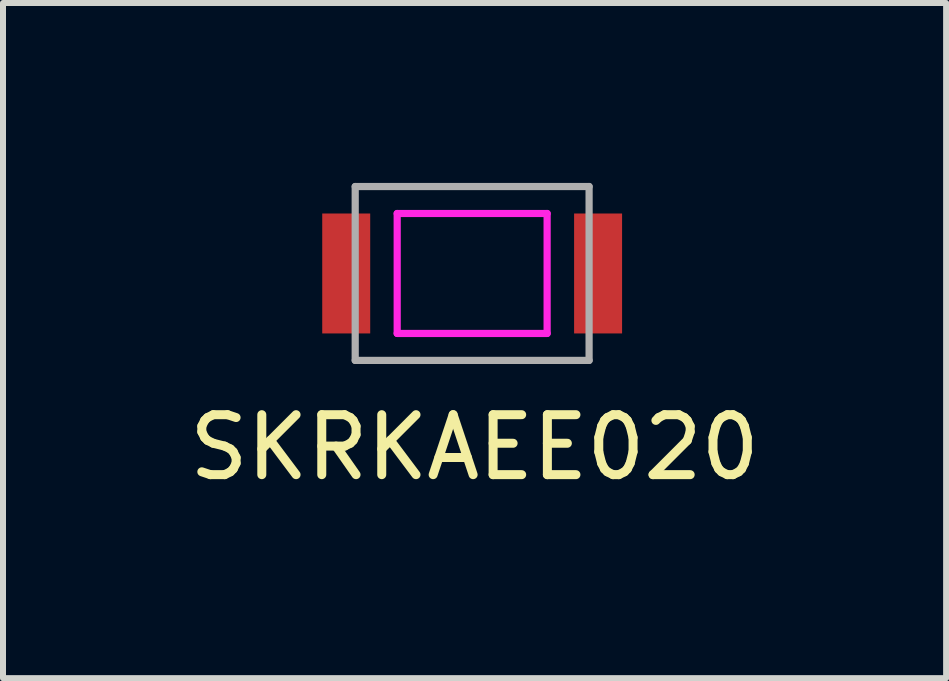
<source format=kicad_pcb>
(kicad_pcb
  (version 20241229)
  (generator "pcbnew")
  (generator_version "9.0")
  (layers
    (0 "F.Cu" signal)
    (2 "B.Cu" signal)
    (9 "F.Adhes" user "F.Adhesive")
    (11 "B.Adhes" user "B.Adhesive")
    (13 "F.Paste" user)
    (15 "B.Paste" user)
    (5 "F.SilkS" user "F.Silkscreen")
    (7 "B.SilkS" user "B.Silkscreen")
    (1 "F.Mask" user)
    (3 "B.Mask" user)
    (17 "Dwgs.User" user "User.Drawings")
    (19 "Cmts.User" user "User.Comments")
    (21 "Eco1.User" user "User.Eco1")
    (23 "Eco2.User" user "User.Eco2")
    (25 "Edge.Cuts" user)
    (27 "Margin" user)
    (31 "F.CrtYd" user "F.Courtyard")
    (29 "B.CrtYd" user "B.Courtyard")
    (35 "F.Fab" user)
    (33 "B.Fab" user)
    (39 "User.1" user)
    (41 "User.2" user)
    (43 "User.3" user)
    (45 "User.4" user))
  (footprint "SKRKAEE020"
    (layer "F.Cu")
    (at 4.823 1.51)
    (property "Reference" "SKRKAEE020" (at 0.04 2.9 0) (layer "F.SilkS") (effects (font (size 1 1) (thickness 0.15))))
    (attr through_hole)
    (fp_circle (center 0 0) (end 0.5 0) (stroke (width 0.12) (type solid)) (fill no) (layer "Eco2.User"))
    (fp_line (start -1.25 -1) (end 1.25 -1) (stroke (width 0.12) (type solid)) (layer "F.CrtYd"))
    (fp_line (start -1.25 1) (end -1.25 -1) (stroke (width 0.12) (type solid)) (layer "F.CrtYd"))
    (fp_line (start -1.25 1) (end 1.25 1) (stroke (width 0.12) (type solid)) (layer "F.CrtYd"))
    (fp_line (start 1.25 1) (end 1.25 -1) (stroke (width 0.12) (type solid)) (layer "F.CrtYd"))
    (fp_line (start -1.95 -1.45) (end -1.95 1.45) (stroke (width 0.12) (type solid)) (layer "F.Fab"))
    (fp_line (start -1.95 -1.45) (end 1.95 -1.45) (stroke (width 0.12) (type solid)) (layer "F.Fab"))
    (fp_line (start -1.95 1.45) (end 1.95 1.45) (stroke (width 0.12) (type solid)) (layer "F.Fab"))
    (fp_line (start 1.95 -1.45) (end 1.95 1.45) (stroke (width 0.12) (type solid)) (layer "F.Fab"))
    (pad "1" smd rect (at -2.1 0) (size 0.8 2) (layers "F.Cu" "F.Mask" "F.Paste"))
    (pad "2" smd rect (at 2.1 0) (size 0.8 2) (layers "F.Cu" "F.Mask" "F.Paste")))
  (gr_rect
    (start -3 -3)
    (end 12.726 8.258)
    (stroke (width 0.1) (type default))
    (fill no)
    (layer "Edge.Cuts")))
</source>
